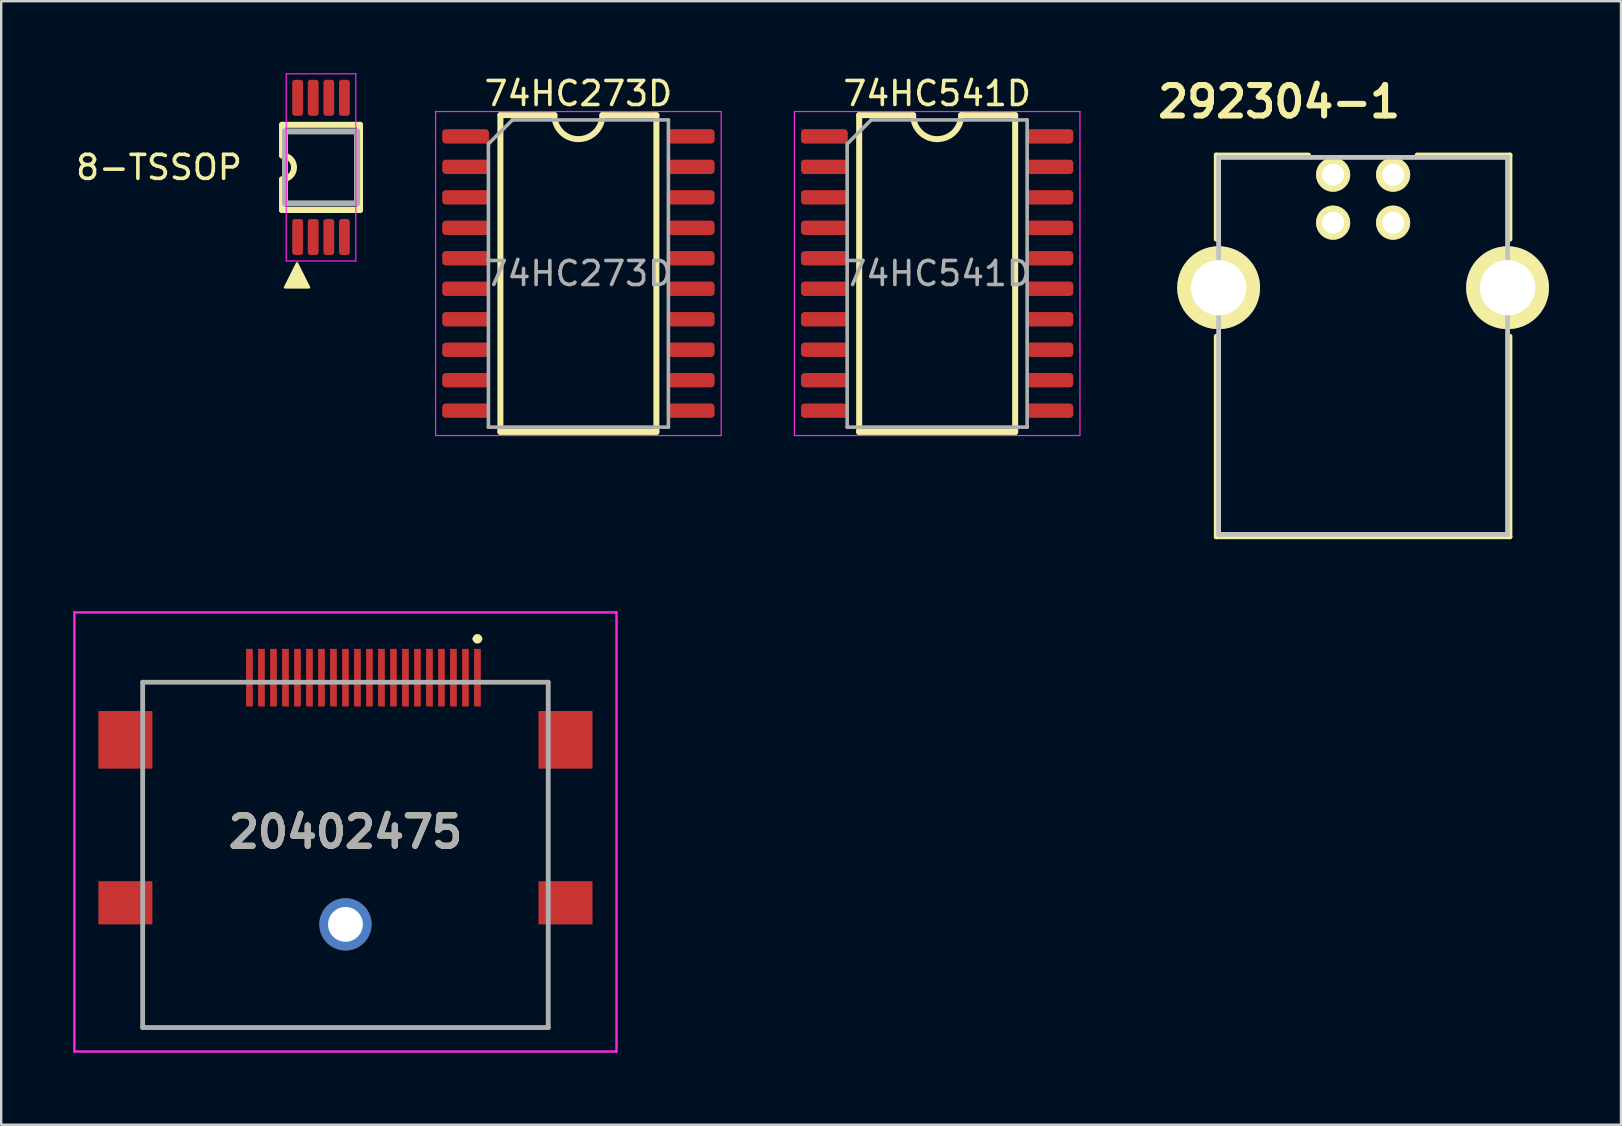
<source format=kicad_pcb>
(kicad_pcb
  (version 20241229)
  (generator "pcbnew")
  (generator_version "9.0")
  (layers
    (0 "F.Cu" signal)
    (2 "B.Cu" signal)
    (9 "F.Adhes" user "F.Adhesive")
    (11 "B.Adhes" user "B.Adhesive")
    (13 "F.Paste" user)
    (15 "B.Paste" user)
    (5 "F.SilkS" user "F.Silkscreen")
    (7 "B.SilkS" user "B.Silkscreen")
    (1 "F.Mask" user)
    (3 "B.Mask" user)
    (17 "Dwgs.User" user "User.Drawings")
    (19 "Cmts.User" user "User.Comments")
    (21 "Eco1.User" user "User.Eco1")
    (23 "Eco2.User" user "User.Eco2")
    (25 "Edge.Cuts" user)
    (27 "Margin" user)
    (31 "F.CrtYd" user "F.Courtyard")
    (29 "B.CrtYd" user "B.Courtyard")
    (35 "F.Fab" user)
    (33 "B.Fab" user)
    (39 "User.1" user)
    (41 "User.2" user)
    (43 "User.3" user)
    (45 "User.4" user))
  (footprint "74HC273D"
    (layer "F.Cu")
    (at 21.052 8.348)
    (property "Reference" "74HC273D" (at 0 -7.5 0) (layer "F.SilkS") (effects (font (size 1 1) (thickness 0.15))))
    (attr smd)
    (fp_line (start -3.25 -6.6) (end -3.25 6.6) (stroke (width 0.25) (type solid)) (layer "F.SilkS"))
    (fp_line (start -3.25 6.6) (end 3.25 6.6) (stroke (width 0.25) (type solid)) (layer "F.SilkS"))
    (fp_line (start -1 -6.6) (end -3.25 -6.6) (stroke (width 0.25) (type solid)) (layer "F.SilkS"))
    (fp_line (start 1 -6.6) (end 3.25 -6.6) (stroke (width 0.25) (type solid)) (layer "F.SilkS"))
    (fp_line (start 3.25 6.6) (end 3.25 -6.6) (stroke (width 0.25) (type solid)) (layer "F.SilkS"))
    (fp_arc (start 1 -6.6) (mid 0 -5.6) (end -1 -6.6) (stroke (width 0.25) (type solid)) (layer "F.SilkS"))
    (fp_line (start -5.95 -6.75) (end -5.95 6.75) (stroke (width 0.05) (type solid)) (layer "F.CrtYd"))
    (fp_line (start -5.95 -6.75) (end 5.95 -6.75) (stroke (width 0.05) (type solid)) (layer "F.CrtYd"))
    (fp_line (start -5.95 6.75) (end 5.95 6.75) (stroke (width 0.05) (type solid)) (layer "F.CrtYd"))
    (fp_line (start 5.95 -6.75) (end 5.95 6.75) (stroke (width 0.05) (type solid)) (layer "F.CrtYd"))
    (fp_line (start -3.75 -5.4) (end -2.75 -6.4) (stroke (width 0.15) (type solid)) (layer "F.Fab"))
    (fp_line (start -3.75 6.4) (end -3.75 -5.4) (stroke (width 0.15) (type solid)) (layer "F.Fab"))
    (fp_line (start -2.75 -6.4) (end 3.75 -6.4) (stroke (width 0.15) (type solid)) (layer "F.Fab"))
    (fp_line (start 3.75 -6.4) (end 3.75 6.4) (stroke (width 0.15) (type solid)) (layer "F.Fab"))
    (fp_line (start 3.75 6.4) (end -3.75 6.4) (stroke (width 0.15) (type solid)) (layer "F.Fab"))
    (fp_text user "${REFERENCE}" (at 0 0 0) (layer "F.Fab") (effects (font (size 1 1) (thickness 0.15))))
    (pad "1" smd roundrect (at -4.7 -5.715) (size 1.95 0.6) (layers "F.Cu" "F.Mask" "F.Paste") (roundrect_rratio 0.25))
    (pad "2" smd roundrect (at -4.7 -4.445) (size 1.95 0.6) (layers "F.Cu" "F.Mask" "F.Paste") (roundrect_rratio 0.25))
    (pad "3" smd roundrect (at -4.7 -3.175) (size 1.95 0.6) (layers "F.Cu" "F.Mask" "F.Paste") (roundrect_rratio 0.25))
    (pad "4" smd roundrect (at -4.7 -1.905) (size 1.95 0.6) (layers "F.Cu" "F.Mask" "F.Paste") (roundrect_rratio 0.25))
    (pad "5" smd roundrect (at -4.7 -0.635) (size 1.95 0.6) (layers "F.Cu" "F.Mask" "F.Paste") (roundrect_rratio 0.25))
    (pad "6" smd roundrect (at -4.7 0.635) (size 1.95 0.6) (layers "F.Cu" "F.Mask" "F.Paste") (roundrect_rratio 0.25))
    (pad "7" smd roundrect (at -4.7 1.905) (size 1.95 0.6) (layers "F.Cu" "F.Mask" "F.Paste") (roundrect_rratio 0.25))
    (pad "8" smd roundrect (at -4.7 3.175) (size 1.95 0.6) (layers "F.Cu" "F.Mask" "F.Paste") (roundrect_rratio 0.25))
    (pad "9" smd roundrect (at -4.7 4.445) (size 1.95 0.6) (layers "F.Cu" "F.Mask" "F.Paste") (roundrect_rratio 0.25))
    (pad "10" smd roundrect (at -4.7 5.715) (size 1.95 0.6) (layers "F.Cu" "F.Mask" "F.Paste") (roundrect_rratio 0.25))
    (pad "11" smd roundrect (at 4.7 5.715) (size 1.95 0.6) (layers "F.Cu" "F.Mask" "F.Paste") (roundrect_rratio 0.25))
    (pad "12" smd roundrect (at 4.7 4.445) (size 1.95 0.6) (layers "F.Cu" "F.Mask" "F.Paste") (roundrect_rratio 0.25))
    (pad "13" smd roundrect (at 4.7 3.175) (size 1.95 0.6) (layers "F.Cu" "F.Mask" "F.Paste") (roundrect_rratio 0.25))
    (pad "14" smd roundrect (at 4.7 1.905) (size 1.95 0.6) (layers "F.Cu" "F.Mask" "F.Paste") (roundrect_rratio 0.25))
    (pad "15" smd roundrect (at 4.7 0.635) (size 1.95 0.6) (layers "F.Cu" "F.Mask" "F.Paste") (roundrect_rratio 0.25))
    (pad "16" smd roundrect (at 4.7 -0.635) (size 1.95 0.6) (layers "F.Cu" "F.Mask" "F.Paste") (roundrect_rratio 0.25))
    (pad "17" smd roundrect (at 4.7 -1.905) (size 1.95 0.6) (layers "F.Cu" "F.Mask" "F.Paste") (roundrect_rratio 0.25))
    (pad "18" smd roundrect (at 4.7 -3.175) (size 1.95 0.6) (layers "F.Cu" "F.Mask" "F.Paste") (roundrect_rratio 0.25))
    (pad "19" smd roundrect (at 4.7 -4.445) (size 1.95 0.6) (layers "F.Cu" "F.Mask" "F.Paste") (roundrect_rratio 0.25))
    (pad "20" smd roundrect (at 4.7 -5.715) (size 1.95 0.6) (layers "F.Cu" "F.Mask" "F.Paste") (roundrect_rratio 0.25)))
  (footprint "74HC541D"
    (layer "F.Cu")
    (at 36.002 8.348)
    (property "Reference" "74HC541D" (at 0 -7.5 0) (layer "F.SilkS") (effects (font (size 1 1) (thickness 0.15))))
    (attr smd)
    (fp_line (start -3.25 -6.6) (end -3.25 6.6) (stroke (width 0.25) (type solid)) (layer "F.SilkS"))
    (fp_line (start -3.25 6.6) (end 3.25 6.6) (stroke (width 0.25) (type solid)) (layer "F.SilkS"))
    (fp_line (start -1 -6.6) (end -3.25 -6.6) (stroke (width 0.25) (type solid)) (layer "F.SilkS"))
    (fp_line (start 1 -6.6) (end 3.25 -6.6) (stroke (width 0.25) (type solid)) (layer "F.SilkS"))
    (fp_line (start 3.25 6.6) (end 3.25 -6.6) (stroke (width 0.25) (type solid)) (layer "F.SilkS"))
    (fp_arc (start 1 -6.6) (mid 0 -5.6) (end -1 -6.6) (stroke (width 0.25) (type solid)) (layer "F.SilkS"))
    (fp_line (start -5.95 -6.75) (end -5.95 6.75) (stroke (width 0.05) (type solid)) (layer "F.CrtYd"))
    (fp_line (start -5.95 -6.75) (end 5.95 -6.75) (stroke (width 0.05) (type solid)) (layer "F.CrtYd"))
    (fp_line (start -5.95 6.75) (end 5.95 6.75) (stroke (width 0.05) (type solid)) (layer "F.CrtYd"))
    (fp_line (start 5.95 -6.75) (end 5.95 6.75) (stroke (width 0.05) (type solid)) (layer "F.CrtYd"))
    (fp_line (start -3.75 -5.4) (end -2.75 -6.4) (stroke (width 0.15) (type solid)) (layer "F.Fab"))
    (fp_line (start -3.75 6.4) (end -3.75 -5.4) (stroke (width 0.15) (type solid)) (layer "F.Fab"))
    (fp_line (start -2.75 -6.4) (end 3.75 -6.4) (stroke (width 0.15) (type solid)) (layer "F.Fab"))
    (fp_line (start 3.75 -6.4) (end 3.75 6.4) (stroke (width 0.15) (type solid)) (layer "F.Fab"))
    (fp_line (start 3.75 6.4) (end -3.75 6.4) (stroke (width 0.15) (type solid)) (layer "F.Fab"))
    (fp_text user "${REFERENCE}" (at 0 0 0) (layer "F.Fab") (effects (font (size 1 1) (thickness 0.15))))
    (pad "1" smd roundrect (at -4.7 -5.715) (size 1.95 0.6) (layers "F.Cu" "F.Mask" "F.Paste") (roundrect_rratio 0.25))
    (pad "2" smd roundrect (at -4.7 -4.445) (size 1.95 0.6) (layers "F.Cu" "F.Mask" "F.Paste") (roundrect_rratio 0.25))
    (pad "3" smd roundrect (at -4.7 -3.175) (size 1.95 0.6) (layers "F.Cu" "F.Mask" "F.Paste") (roundrect_rratio 0.25))
    (pad "4" smd roundrect (at -4.7 -1.905) (size 1.95 0.6) (layers "F.Cu" "F.Mask" "F.Paste") (roundrect_rratio 0.25))
    (pad "5" smd roundrect (at -4.7 -0.635) (size 1.95 0.6) (layers "F.Cu" "F.Mask" "F.Paste") (roundrect_rratio 0.25))
    (pad "6" smd roundrect (at -4.7 0.635) (size 1.95 0.6) (layers "F.Cu" "F.Mask" "F.Paste") (roundrect_rratio 0.25))
    (pad "7" smd roundrect (at -4.7 1.905) (size 1.95 0.6) (layers "F.Cu" "F.Mask" "F.Paste") (roundrect_rratio 0.25))
    (pad "8" smd roundrect (at -4.7 3.175) (size 1.95 0.6) (layers "F.Cu" "F.Mask" "F.Paste") (roundrect_rratio 0.25))
    (pad "9" smd roundrect (at -4.7 4.445) (size 1.95 0.6) (layers "F.Cu" "F.Mask" "F.Paste") (roundrect_rratio 0.25))
    (pad "10" smd roundrect (at -4.7 5.715) (size 1.95 0.6) (layers "F.Cu" "F.Mask" "F.Paste") (roundrect_rratio 0.25))
    (pad "11" smd roundrect (at 4.7 5.715) (size 1.95 0.6) (layers "F.Cu" "F.Mask" "F.Paste") (roundrect_rratio 0.25))
    (pad "12" smd roundrect (at 4.7 4.445) (size 1.95 0.6) (layers "F.Cu" "F.Mask" "F.Paste") (roundrect_rratio 0.25))
    (pad "13" smd roundrect (at 4.7 3.175) (size 1.95 0.6) (layers "F.Cu" "F.Mask" "F.Paste") (roundrect_rratio 0.25))
    (pad "14" smd roundrect (at 4.7 1.905) (size 1.95 0.6) (layers "F.Cu" "F.Mask" "F.Paste") (roundrect_rratio 0.25))
    (pad "15" smd roundrect (at 4.7 0.635) (size 1.95 0.6) (layers "F.Cu" "F.Mask" "F.Paste") (roundrect_rratio 0.25))
    (pad "16" smd roundrect (at 4.7 -0.635) (size 1.95 0.6) (layers "F.Cu" "F.Mask" "F.Paste") (roundrect_rratio 0.25))
    (pad "17" smd roundrect (at 4.7 -1.905) (size 1.95 0.6) (layers "F.Cu" "F.Mask" "F.Paste") (roundrect_rratio 0.25))
    (pad "18" smd roundrect (at 4.7 -3.175) (size 1.95 0.6) (layers "F.Cu" "F.Mask" "F.Paste") (roundrect_rratio 0.25))
    (pad "19" smd roundrect (at 4.7 -4.445) (size 1.95 0.6) (layers "F.Cu" "F.Mask" "F.Paste") (roundrect_rratio 0.25))
    (pad "20" smd roundrect (at 4.7 -5.715) (size 1.95 0.6) (layers "F.Cu" "F.Mask" "F.Paste") (roundrect_rratio 0.25)))
  (footprint "20402475"
    (layer "F.Cu")
    (at 11.345 31.619)
    (property "Reference" "20402475" (at 0 0 0) (layer "F.SilkS") (effects (font (size 1.27 1.27) (thickness 0.254))))
    (attr through_hole)
    (fp_line (start -8.45 -6.24) (end -4.5 -6.24) (stroke (width 0.1) (type solid)) (layer "F.SilkS"))
    (fp_line (start -8.45 -5.35) (end -8.45 -6.24) (stroke (width 0.1) (type solid)) (layer "F.SilkS"))
    (fp_line (start -8.45 -2.35) (end -8.45 1.65) (stroke (width 0.1) (type solid)) (layer "F.SilkS"))
    (fp_line (start -8.45 4.15) (end -8.45 8.15) (stroke (width 0.1) (type solid)) (layer "F.SilkS"))
    (fp_line (start -8.45 8.15) (end 8.45 8.15) (stroke (width 0.1) (type solid)) (layer "F.SilkS"))
    (fp_line (start 5.4 -8.05) (end 5.4 -8.05) (stroke (width 0.2) (type solid)) (layer "F.SilkS"))
    (fp_line (start 5.6 -8.05) (end 5.6 -8.05) (stroke (width 0.2) (type solid)) (layer "F.SilkS"))
    (fp_line (start 6 -6.24) (end 8.45 -6.24) (stroke (width 0.1) (type solid)) (layer "F.SilkS"))
    (fp_line (start 8.45 -6.24) (end 8.45 -5.35) (stroke (width 0.1) (type solid)) (layer "F.SilkS"))
    (fp_line (start 8.45 -2.35) (end 8.45 1.65) (stroke (width 0.1) (type solid)) (layer "F.SilkS"))
    (fp_line (start 8.45 8.15) (end 8.45 4.15) (stroke (width 0.1) (type solid)) (layer "F.SilkS"))
    (fp_arc (start 5.4 -8.05) (mid 5.5 -8.15) (end 5.6 -8.05) (stroke (width 0.2) (type solid)) (layer "F.SilkS"))
    (fp_arc (start 5.6 -8.05) (mid 5.5 -7.95) (end 5.4 -8.05) (stroke (width 0.2) (type solid)) (layer "F.SilkS"))
    (fp_line (start -11.295 -9.15) (end 11.295 -9.15) (stroke (width 0.1) (type solid)) (layer "F.CrtYd"))
    (fp_line (start -11.295 9.15) (end -11.295 -9.15) (stroke (width 0.1) (type solid)) (layer "F.CrtYd"))
    (fp_line (start 11.295 -9.15) (end 11.295 9.15) (stroke (width 0.1) (type solid)) (layer "F.CrtYd"))
    (fp_line (start 11.295 9.15) (end -11.295 9.15) (stroke (width 0.1) (type solid)) (layer "F.CrtYd"))
    (fp_line (start -8.45 -6.24) (end 8.45 -6.24) (stroke (width 0.2) (type solid)) (layer "F.Fab"))
    (fp_line (start -8.45 8.15) (end -8.45 -6.24) (stroke (width 0.2) (type solid)) (layer "F.Fab"))
    (fp_line (start 8.45 -6.24) (end 8.45 8.15) (stroke (width 0.2) (type solid)) (layer "F.Fab"))
    (fp_line (start 8.45 8.15) (end -8.45 8.15) (stroke (width 0.2) (type solid)) (layer "F.Fab"))
    (fp_text user "${REFERENCE}" (at 0 0 0) (layer "F.Fab") (effects (font (size 1.27 1.27) (thickness 0.254))))
    (pad "1" smd rect (at 5.5 -6.43) (size 0.28 2.4) (layers "F.Cu" "F.Mask" "F.Paste"))
    (pad "2" smd rect (at 5 -6.43) (size 0.28 2.4) (layers "F.Cu" "F.Mask" "F.Paste"))
    (pad "3" smd rect (at 4.5 -6.43) (size 0.28 2.4) (layers "F.Cu" "F.Mask" "F.Paste"))
    (pad "4" smd rect (at 4 -6.43) (size 0.28 2.4) (layers "F.Cu" "F.Mask" "F.Paste"))
    (pad "5" smd rect (at 3.5 -6.43) (size 0.28 2.4) (layers "F.Cu" "F.Mask" "F.Paste"))
    (pad "6" smd rect (at 3 -6.43) (size 0.28 2.4) (layers "F.Cu" "F.Mask" "F.Paste"))
    (pad "7" smd rect (at 2.5 -6.43) (size 0.28 2.4) (layers "F.Cu" "F.Mask" "F.Paste"))
    (pad "8" smd rect (at 2 -6.43) (size 0.28 2.4) (layers "F.Cu" "F.Mask" "F.Paste"))
    (pad "9" smd rect (at 1.5 -6.43) (size 0.28 2.4) (layers "F.Cu" "F.Mask" "F.Paste"))
    (pad "10" smd rect (at 1 -6.43) (size 0.28 2.4) (layers "F.Cu" "F.Mask" "F.Paste"))
    (pad "11" smd rect (at 0.5 -6.43) (size 0.28 2.4) (layers "F.Cu" "F.Mask" "F.Paste"))
    (pad "12" smd rect (at 0 -6.43) (size 0.28 2.4) (layers "F.Cu" "F.Mask" "F.Paste"))
    (pad "13" smd rect (at -0.5 -6.43) (size 0.28 2.4) (layers "F.Cu" "F.Mask" "F.Paste"))
    (pad "14" smd rect (at -1 -6.43) (size 0.28 2.4) (layers "F.Cu" "F.Mask" "F.Paste"))
    (pad "15" smd rect (at -1.5 -6.43) (size 0.28 2.4) (layers "F.Cu" "F.Mask" "F.Paste"))
    (pad "16" smd rect (at -2 -6.43) (size 0.28 2.4) (layers "F.Cu" "F.Mask" "F.Paste"))
    (pad "17" smd rect (at -2.5 -6.43) (size 0.28 2.4) (layers "F.Cu" "F.Mask" "F.Paste"))
    (pad "18" smd rect (at -3 -6.43) (size 0.28 2.4) (layers "F.Cu" "F.Mask" "F.Paste"))
    (pad "19" smd rect (at -3.5 -6.43) (size 0.28 2.4) (layers "F.Cu" "F.Mask" "F.Paste"))
    (pad "20" smd rect (at -4 -6.43) (size 0.28 2.4) (layers "F.Cu" "F.Mask" "F.Paste"))
    (pad "21" smd rect (at -9.17 -3.84) (size 2.25 2.4) (layers "F.Cu" "F.Mask" "F.Paste"))
    (pad "22" smd rect (at 9.17 -3.84) (size 2.25 2.4) (layers "F.Cu" "F.Mask" "F.Paste"))
    (pad "23" smd rect (at -9.17 2.95 90) (size 1.8 2.25) (layers "F.Cu" "F.Mask" "F.Paste"))
    (pad "24" smd rect (at 9.17 2.95 90) (size 1.8 2.25) (layers "F.Cu" "F.Mask" "F.Paste"))
    (pad "25" thru_hole circle (at 0 3.85) (size 2.175 2.175) (drill 1.45) (layers "*.Cu" "*.Mask")))
  (footprint "8-TSSOP"
    (layer "F.Cu")
    (at 10.327 3.925)
    (property "Reference" "8-TSSOP" (at -6.75 0 180) (layer "F.SilkS") (effects (font (size 1 1) (thickness 0.15))))
    (attr smd)
    (fp_line (start -1.625 -1.775) (end 1.625 -1.775) (stroke (width 0.25) (type solid)) (layer "F.SilkS"))
    (fp_line (start -1.625 -0.5) (end -1.625 -1.775) (stroke (width 0.25) (type solid)) (layer "F.SilkS"))
    (fp_line (start -1.625 1.775) (end -1.625 0.5) (stroke (width 0.25) (type solid)) (layer "F.SilkS"))
    (fp_line (start 1.625 -1.775) (end 1.625 1.775) (stroke (width 0.25) (type solid)) (layer "F.SilkS"))
    (fp_line (start 1.625 1.775) (end -1.625 1.775) (stroke (width 0.25) (type solid)) (layer "F.SilkS"))
    (fp_arc (start -1.625 -0.5) (mid -1.125 0) (end -1.625 0.5) (stroke (width 0.25) (type solid)) (layer "F.SilkS"))
    (fp_poly (pts (xy -0.5 5) (xy -1.5 5) (xy -1 4)) (stroke (width 0.1) (type solid)) (fill yes) (layer "F.SilkS"))
    (fp_line (start -1.45 -3.9) (end 1.45 -3.9) (stroke (width 0.05) (type solid)) (layer "F.CrtYd"))
    (fp_line (start -1.45 3.9) (end -1.45 -3.9) (stroke (width 0.05) (type solid)) (layer "F.CrtYd"))
    (fp_line (start 1.45 -3.9) (end 1.45 3.9) (stroke (width 0.05) (type solid)) (layer "F.CrtYd"))
    (fp_line (start 1.45 3.9) (end -1.45 3.9) (stroke (width 0.05) (type solid)) (layer "F.CrtYd"))
    (fp_line (start -1.5 -1.5) (end -1.5 1.5) (stroke (width 0.25) (type solid)) (layer "F.Fab"))
    (fp_line (start -1.5 -1.5) (end 1.5 -1.5) (stroke (width 0.25) (type solid)) (layer "F.Fab"))
    (fp_line (start -1.5 1.5) (end 1.5 1.5) (stroke (width 0.25) (type solid)) (layer "F.Fab"))
    (fp_line (start 1.5 -1.5) (end 1.5 1.5) (stroke (width 0.25) (type solid)) (layer "F.Fab"))
    (pad "1" smd roundrect (at -0.975 2.9) (size 0.45 1.5) (layers "F.Cu" "F.Mask" "F.Paste") (roundrect_rratio 0.25))
    (pad "2" smd roundrect (at -0.325 2.9) (size 0.45 1.5) (layers "F.Cu" "F.Mask" "F.Paste") (roundrect_rratio 0.25))
    (pad "3" smd roundrect (at 0.325 2.9) (size 0.45 1.5) (layers "F.Cu" "F.Mask" "F.Paste") (roundrect_rratio 0.25))
    (pad "4" smd roundrect (at 0.975 2.9) (size 0.45 1.5) (layers "F.Cu" "F.Mask" "F.Paste") (roundrect_rratio 0.25))
    (pad "5" smd roundrect (at 0.975 -2.9) (size 0.45 1.5) (layers "F.Cu" "F.Mask" "F.Paste") (roundrect_rratio 0.25))
    (pad "6" smd roundrect (at 0.325 -2.9) (size 0.45 1.5) (layers "F.Cu" "F.Mask" "F.Paste") (roundrect_rratio 0.25))
    (pad "7" smd roundrect (at -0.325 -2.9) (size 0.45 1.5) (layers "F.Cu" "F.Mask" "F.Paste") (roundrect_rratio 0.25))
    (pad "8" smd roundrect (at -0.975 -2.9) (size 0.45 1.5) (layers "F.Cu" "F.Mask" "F.Paste") (roundrect_rratio 0.25)))
  (footprint "292304-1"
    (layer "F.Cu")
    (at 53.751 8.939)
    (property "Reference" "292304-1" (at -3.5 -7.75 0) (layer "F.SilkS") (effects (font (size 1.27 1.27) (thickness 0.254))))
    (attr through_hole)
    (fp_line (start -6.12 -5.53) (end -6.12 -2.02) (stroke (width 0.2) (type solid)) (layer "F.SilkS"))
    (fp_line (start -6.12 -5.53) (end -2.275 -5.53) (stroke (width 0.2) (type solid)) (layer "F.SilkS"))
    (fp_line (start -6.12 10.38) (end -6.12 2.025) (stroke (width 0.2) (type solid)) (layer "F.SilkS"))
    (fp_line (start -6.12 10.38) (end 6.12 10.38) (stroke (width 0.2) (type solid)) (layer "F.SilkS"))
    (fp_line (start 6.12 -5.53) (end 2.25 -5.53) (stroke (width 0.2) (type solid)) (layer "F.SilkS"))
    (fp_line (start 6.12 -5.53) (end 6.12 -2.02) (stroke (width 0.2) (type solid)) (layer "F.SilkS"))
    (fp_line (start 6.12 10.38) (end 6.12 2.02) (stroke (width 0.2) (type solid)) (layer "F.SilkS"))
    (fp_line (start -6.02 -5.43) (end -6.02 10.28) (stroke (width 0.2) (type solid)) (layer "Dwgs.User"))
    (fp_line (start -6.02 10.28) (end 6.02 10.28) (stroke (width 0.2) (type solid)) (layer "Dwgs.User"))
    (fp_line (start 6.02 -5.43) (end -6.02 -5.43) (stroke (width 0.2) (type solid)) (layer "Dwgs.User"))
    (fp_line (start 6.02 10.28) (end 6.02 -5.43) (stroke (width 0.2) (type solid)) (layer "Dwgs.User"))
    (pad "1" thru_hole circle (at 1.25 -4.71 90) (size 1.42 1.42) (drill 0.92) (layers "*.Cu" "*.Mask" "F.SilkS"))
    (pad "2" thru_hole circle (at -1.25 -4.71 90) (size 1.42 1.42) (drill 0.92) (layers "*.Cu" "*.Mask" "F.SilkS"))
    (pad "3" thru_hole circle (at -1.25 -2.71 90) (size 1.42 1.42) (drill 0.92) (layers "*.Cu" "*.Mask" "F.SilkS"))
    (pad "4" thru_hole circle (at 1.25 -2.71 90) (size 1.42 1.42) (drill 0.92) (layers "*.Cu" "*.Mask" "F.SilkS"))
    (pad "5" thru_hole circle (at 6.02 0 90) (size 3.45 3.45) (drill 2.3) (layers "*.Cu" "*.Mask" "F.SilkS"))
    (pad "6" thru_hole circle (at -6.02 0 90) (size 3.45 3.45) (drill 2.3) (layers "*.Cu" "*.Mask" "F.SilkS")))
  (gr_rect
    (start -3 -3)
    (end 64.496 43.819)
    (stroke (width 0.1) (type default))
    (fill no)
    (layer "Edge.Cuts")))
</source>
